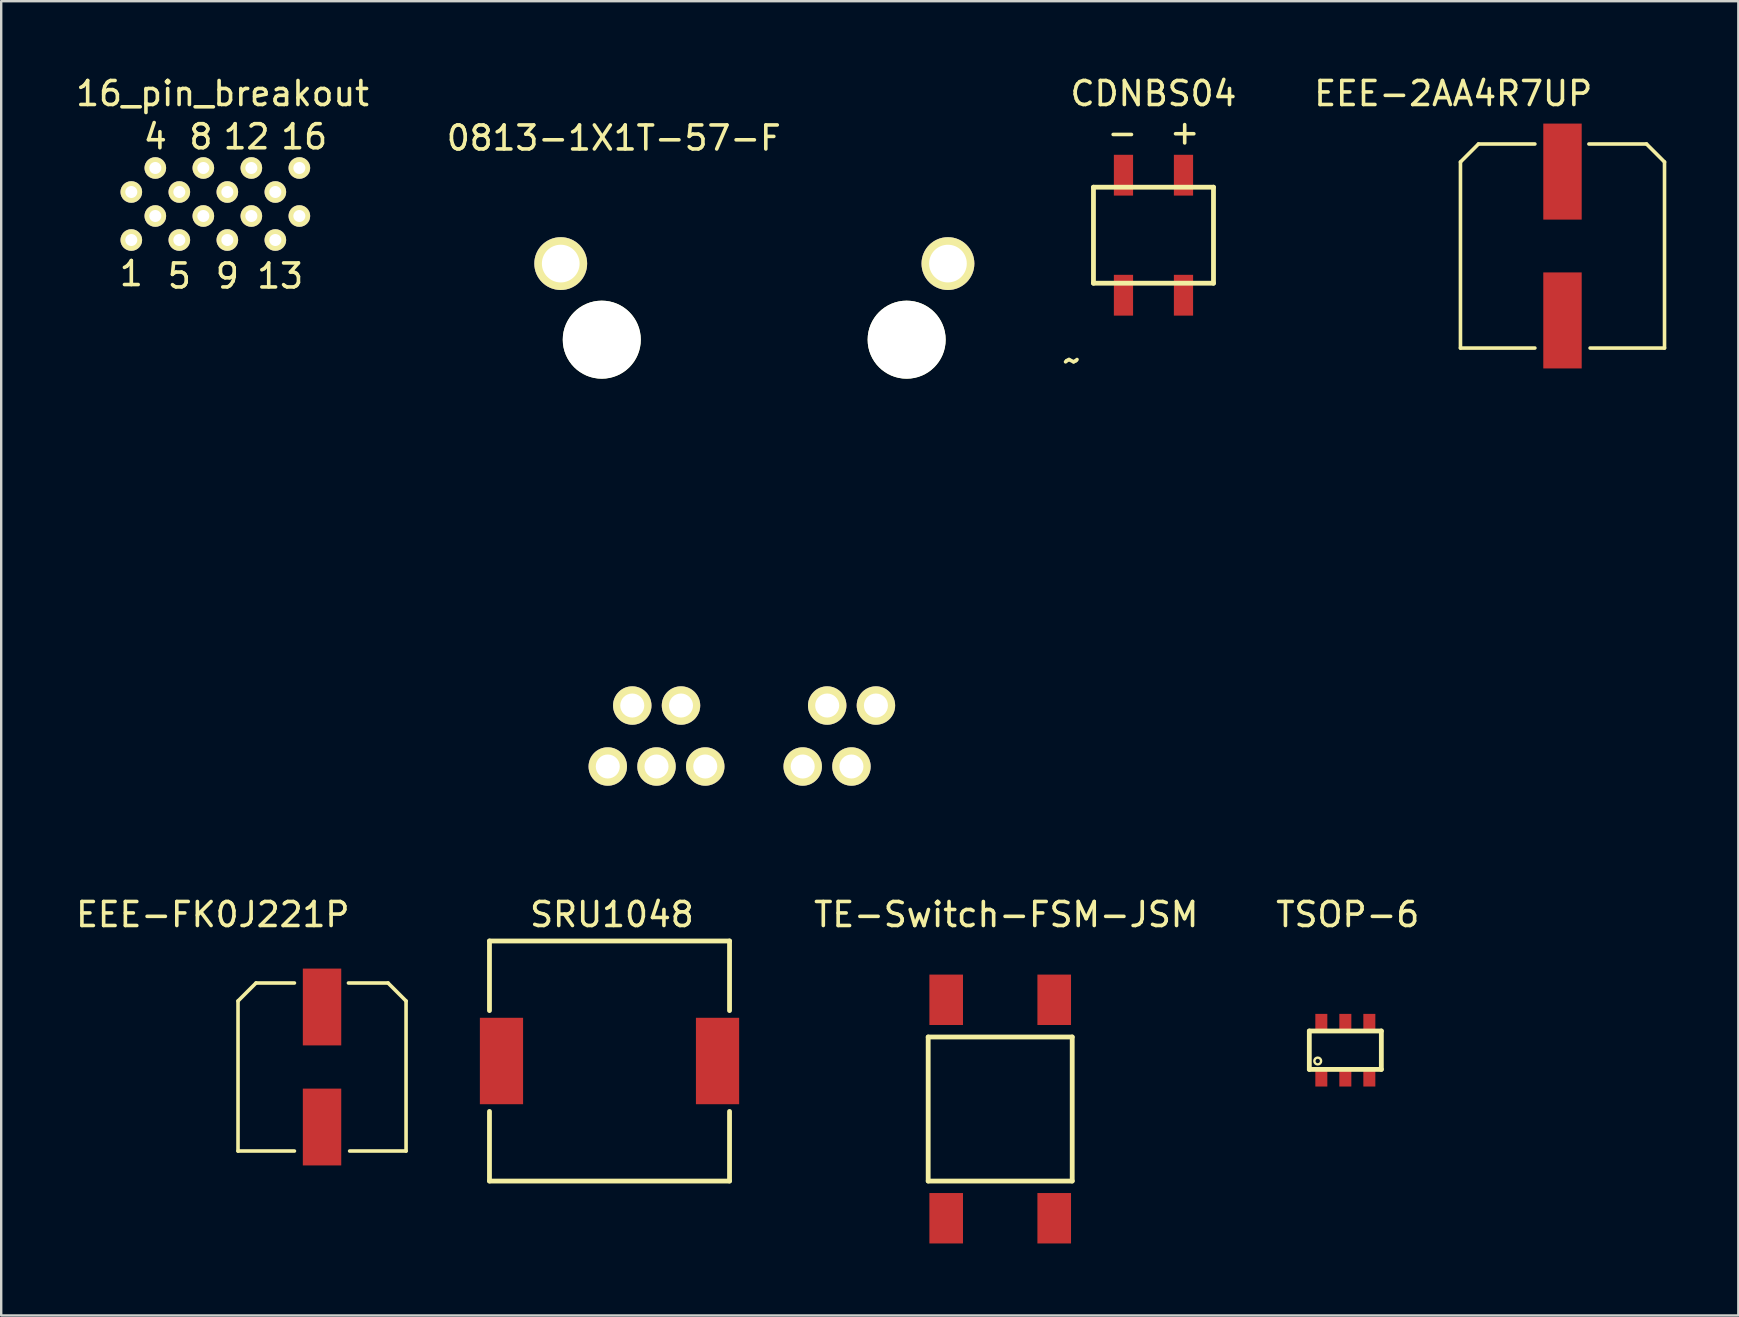
<source format=kicad_pcb>
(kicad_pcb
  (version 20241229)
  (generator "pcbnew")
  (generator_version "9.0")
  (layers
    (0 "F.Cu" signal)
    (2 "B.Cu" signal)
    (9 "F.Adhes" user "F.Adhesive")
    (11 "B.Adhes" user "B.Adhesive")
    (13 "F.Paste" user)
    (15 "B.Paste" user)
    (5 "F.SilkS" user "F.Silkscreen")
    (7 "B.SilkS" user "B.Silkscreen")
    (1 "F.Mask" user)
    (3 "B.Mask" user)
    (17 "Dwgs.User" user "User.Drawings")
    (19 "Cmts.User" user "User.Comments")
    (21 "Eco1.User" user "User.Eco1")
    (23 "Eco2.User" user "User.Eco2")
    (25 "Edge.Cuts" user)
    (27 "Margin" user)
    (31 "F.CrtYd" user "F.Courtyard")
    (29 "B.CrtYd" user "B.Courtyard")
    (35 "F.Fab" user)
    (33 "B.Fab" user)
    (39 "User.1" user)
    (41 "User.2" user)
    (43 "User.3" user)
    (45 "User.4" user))
  (footprint "TSOP-6"
    (layer "F.Cu")
    (at 52.992 40.698)
    (property "Reference" "TSOP-6" (at 0.1 -5.65 0) (layer "F.SilkS") (effects (font (size 1 1) (thickness 0.15))))
    (attr through_hole)
    (fp_line (start -1.5 -0.8) (end 1.5 -0.8) (stroke (width 0.2) (type solid)) (layer "F.SilkS"))
    (fp_line (start -1.5 0.8) (end -1.5 -0.8) (stroke (width 0.2) (type solid)) (layer "F.SilkS"))
    (fp_line (start 1.5 -0.8) (end 1.5 0.8) (stroke (width 0.2) (type solid)) (layer "F.SilkS"))
    (fp_line (start 1.5 0.8) (end -1.5 0.8) (stroke (width 0.2) (type solid)) (layer "F.SilkS"))
    (fp_circle (center -1.15 0.45) (end -1.05 0.55) (stroke (width 0.1) (type solid)) (fill no) (layer "F.SilkS"))
    (pad "1" smd rect (at -1 1.163) (size 0.5 0.7) (layers "F.Cu" "F.Mask" "F.Paste"))
    (pad "2" smd rect (at 0 1.163) (size 0.5 0.7) (layers "F.Cu" "F.Mask" "F.Paste"))
    (pad "3" smd rect (at 1 1.163) (size 0.5 0.7) (layers "F.Cu" "F.Mask" "F.Paste"))
    (pad "4" smd rect (at 1 -1.163) (size 0.5 0.7) (layers "F.Cu" "F.Mask" "F.Paste"))
    (pad "5" smd rect (at 0 -1.163) (size 0.5 0.7) (layers "F.Cu" "F.Mask" "F.Paste"))
    (pad "6" smd rect (at -1 -1.163) (size 0.5 0.7) (layers "F.Cu" "F.Mask" "F.Paste")))
  (footprint "EEE-FK0J221P"
    (layer "F.Cu")
    (at 10.365 41.398)
    (property "Reference" "EEE-FK0J221P" (at -4.55 -6.35 0) (layer "F.SilkS") (effects (font (size 1 1) (thickness 0.15))))
    (attr through_hole)
    (fp_line (start -3.5 -2.75) (end -3.5 3.5) (stroke (width 0.15) (type solid)) (layer "F.SilkS"))
    (fp_line (start -3.5 3.5) (end -1.15 3.5) (stroke (width 0.15) (type solid)) (layer "F.SilkS"))
    (fp_line (start -2.75 -3.5) (end -3.5 -2.75) (stroke (width 0.15) (type solid)) (layer "F.SilkS"))
    (fp_line (start -2.75 -3.5) (end -1.15 -3.5) (stroke (width 0.15) (type solid)) (layer "F.SilkS"))
    (fp_line (start 1.1 -3.5) (end 2.75 -3.5) (stroke (width 0.15) (type solid)) (layer "F.SilkS"))
    (fp_line (start 2.75 -3.5) (end 3.5 -2.75) (stroke (width 0.15) (type solid)) (layer "F.SilkS"))
    (fp_line (start 3.5 -2.75) (end 3.5 3.5) (stroke (width 0.15) (type solid)) (layer "F.SilkS"))
    (fp_line (start 3.5 3.5) (end 1.15 3.5) (stroke (width 0.15) (type solid)) (layer "F.SilkS"))
    (pad "1" smd rect (at 0 -2.5) (size 1.6 3.2) (layers "F.Cu" "F.Mask" "F.Paste"))
    (pad "2" smd rect (at 0 2.5) (size 1.6 3.2) (layers "F.Cu" "F.Mask" "F.Paste")))
  (footprint "16_pin_breakout"
    (layer "F.Cu")
    (at 7.42 5.948)
    (property "Reference" "16_pin_breakout" (at -1.2 -5.1 0) (layer "F.SilkS") (effects (font (size 1 1) (thickness 0.15))))
    (attr through_hole)
    (fp_text user "8" (at -2.1 -3.3 0) (layer "F.SilkS") (effects (font (size 1 1) (thickness 0.15))))
    (fp_text user "9" (at -1 2.5 0) (layer "F.SilkS") (effects (font (size 1 1) (thickness 0.15))))
    (fp_text user "13" (at 1.2 2.5 0) (layer "F.SilkS") (effects (font (size 1 1) (thickness 0.15))))
    (fp_text user "5" (at -3 2.5 0) (layer "F.SilkS") (effects (font (size 1 1) (thickness 0.15))))
    (fp_text user "1" (at -5 2.4 0) (layer "F.SilkS") (effects (font (size 1 1) (thickness 0.15))))
    (fp_text user "16" (at 2.2 -3.3 0) (layer "F.SilkS") (effects (font (size 1 1) (thickness 0.15))))
    (fp_text user "4" (at -4 -3.3 0) (layer "F.SilkS") (effects (font (size 1 1) (thickness 0.15))))
    (fp_text user "12" (at -0.2 -3.3 0) (layer "F.SilkS") (effects (font (size 1 1) (thickness 0.15))))
    (pad "1" thru_hole circle (at -5 1) (size 0.9 0.9) (drill 0.5) (layers "*.Cu" "*.Mask" "F.SilkS"))
    (pad "2" thru_hole circle (at -4 0) (size 0.9 0.9) (drill 0.5) (layers "*.Cu" "*.Mask" "F.SilkS"))
    (pad "3" thru_hole circle (at -5 -1) (size 0.9 0.9) (drill 0.5) (layers "*.Cu" "*.Mask" "F.SilkS"))
    (pad "4" thru_hole circle (at -4 -2) (size 0.9 0.9) (drill 0.5) (layers "*.Cu" "*.Mask" "F.SilkS"))
    (pad "5" thru_hole circle (at -3 1) (size 0.9 0.9) (drill 0.5) (layers "*.Cu" "*.Mask" "F.SilkS"))
    (pad "6" thru_hole circle (at -2 0) (size 0.9 0.9) (drill 0.5) (layers "*.Cu" "*.Mask" "F.SilkS"))
    (pad "7" thru_hole circle (at -3 -1) (size 0.9 0.9) (drill 0.5) (layers "*.Cu" "*.Mask" "F.SilkS"))
    (pad "8" thru_hole circle (at -2 -2) (size 0.9 0.9) (drill 0.5) (layers "*.Cu" "*.Mask" "F.SilkS"))
    (pad "9" thru_hole circle (at -1 1) (size 0.9 0.9) (drill 0.5) (layers "*.Cu" "*.Mask" "F.SilkS"))
    (pad "10" thru_hole circle (at 0 0) (size 0.9 0.9) (drill 0.5) (layers "*.Cu" "*.Mask" "F.SilkS"))
    (pad "11" thru_hole circle (at -1 -1) (size 0.9 0.9) (drill 0.5) (layers "*.Cu" "*.Mask" "F.SilkS"))
    (pad "12" thru_hole circle (at 0 -2) (size 0.9 0.9) (drill 0.5) (layers "*.Cu" "*.Mask" "F.SilkS"))
    (pad "13" thru_hole circle (at 1 1) (size 0.9 0.9) (drill 0.5) (layers "*.Cu" "*.Mask" "F.SilkS"))
    (pad "14" thru_hole circle (at 2 0) (size 0.9 0.9) (drill 0.5) (layers "*.Cu" "*.Mask" "F.SilkS"))
    (pad "15" thru_hole circle (at 1 -1) (size 0.9 0.9) (drill 0.5) (layers "*.Cu" "*.Mask" "F.SilkS"))
    (pad "16" thru_hole circle (at 2 -2) (size 0.9 0.9) (drill 0.5) (layers "*.Cu" "*.Mask" "F.SilkS")))
  (footprint "CDNBS04"
    (layer "F.Cu")
    (at 45 6.748)
    (property "Reference" "CDNBS04" (at 0 -5.9 0) (layer "F.SilkS") (effects (font (size 1 1) (thickness 0.15))))
    (attr through_hole)
    (fp_line (start -2.5 -2) (end 2.5 -2) (stroke (width 0.2) (type solid)) (layer "F.SilkS"))
    (fp_line (start -2.5 2) (end -2.5 -2) (stroke (width 0.2) (type solid)) (layer "F.SilkS"))
    (fp_line (start 2.5 -2) (end 2.5 2) (stroke (width 0.2) (type solid)) (layer "F.SilkS"))
    (fp_line (start 2.5 2) (end -2.5 2) (stroke (width 0.2) (type solid)) (layer "F.SilkS"))
    (fp_text user "+" (at 1.3 -4.3 0) (layer "F.SilkS") (effects (font (size 1 1) (thickness 0.15))))
    (fp_text user "~" (at -3.4 5.2 0) (layer "F.SilkS") (effects (font (size 1 1) (thickness 0.15))))
    (fp_text user "-" (at -1.298 -4.27 0) (layer "F.SilkS") (effects (font (size 1 1) (thickness 0.15))))
    (pad "1" smd rect (at 1.25 -2.5) (size 0.8 1.7) (layers "F.Cu" "F.Mask" "F.Paste"))
    (pad "2" smd rect (at 1.25 2.5) (size 0.8 1.7) (layers "F.Cu" "F.Mask" "F.Paste"))
    (pad "3" smd rect (at -1.25 2.5) (size 0.8 1.7) (layers "F.Cu" "F.Mask" "F.Paste"))
    (pad "4" smd rect (at -1.25 -2.5) (size 0.8 1.7) (layers "F.Cu" "F.Mask" "F.Paste")))
  (footprint "0813-1X1T-57-F"
    (layer "F.Cu")
    (at 22.018 11.1)
    (property "Reference" "0813-1X1T-57-F" (at 0.5 -8.4 0) (layer "F.SilkS") (effects (font (size 1 1) (thickness 0.15))))
    (attr through_hole)
    (fp_line (start -3 -11) (end -3 -4.5) (stroke (width 0.2) (type solid)) (layer "Margin"))
    (fp_line (start -3 -4.5) (end 0 -4.5) (stroke (width 0.2) (type solid)) (layer "Margin"))
    (fp_line (start -3 13.5) (end -1 13.5) (stroke (width 0.2) (type solid)) (layer "Margin"))
    (fp_line (start -3 20) (end -3 13.5) (stroke (width 0.2) (type solid)) (layer "Margin"))
    (fp_line (start -1 13.5) (end -1 20) (stroke (width 0.2) (type solid)) (layer "Margin"))
    (fp_line (start -1 20) (end -3 20) (stroke (width 0.2) (type solid)) (layer "Margin"))
    (fp_line (start 0 -8) (end 12.5 -8) (stroke (width 0.2) (type solid)) (layer "Margin"))
    (fp_line (start 0 -4.5) (end 0 -8) (stroke (width 0.2) (type solid)) (layer "Margin"))
    (fp_line (start 12.5 -8) (end 12.5 -4.5) (stroke (width 0.2) (type solid)) (layer "Margin"))
    (fp_line (start 12.5 -4.5) (end 16 -4.5) (stroke (width 0.2) (type solid)) (layer "Margin"))
    (fp_line (start 13 13.5) (end 13 20) (stroke (width 0.2) (type solid)) (layer "Margin"))
    (fp_line (start 13 13.5) (end 16 13.5) (stroke (width 0.2) (type solid)) (layer "Margin"))
    (fp_line (start 16 -11) (end -3 -11) (stroke (width 0.2) (type solid)) (layer "Margin"))
    (fp_line (start 16 -4.5) (end 16 -11) (stroke (width 0.2) (type solid)) (layer "Margin"))
    (fp_line (start 16 13.5) (end 16 20) (stroke (width 0.2) (type solid)) (layer "Margin"))
    (fp_line (start 16 20) (end 13 20) (stroke (width 0.2) (type solid)) (layer "Margin"))
    (pad "" np_thru_hole circle (at 0 0) (size 3.25 3.25) (drill 3.25) (layers "*.Cu" "*.Mask" "F.SilkS"))
    (pad "" np_thru_hole circle (at 12.7 0) (size 3.25 3.25) (drill 3.25) (layers "*.Cu" "*.Mask" "F.SilkS"))
    (pad "1" thru_hole circle (at 1.27 15.24) (size 1.6 1.6) (drill 1) (layers "*.Cu" "*.Mask" "F.SilkS"))
    (pad "2" thru_hole circle (at 3.3 15.24) (size 1.6 1.6) (drill 1) (layers "*.Cu" "*.Mask" "F.SilkS"))
    (pad "5" thru_hole circle (at 9.39 15.24) (size 1.6 1.6) (drill 1) (layers "*.Cu" "*.Mask" "F.SilkS"))
    (pad "6" thru_hole circle (at 11.42 15.24) (size 1.6 1.6) (drill 1) (layers "*.Cu" "*.Mask" "F.SilkS"))
    (pad "7" thru_hole circle (at 0.25 17.78) (size 1.6 1.6) (drill 1) (layers "*.Cu" "*.Mask" "F.SilkS"))
    (pad "8" thru_hole circle (at 2.28 17.78) (size 1.6 1.6) (drill 1) (layers "*.Cu" "*.Mask" "F.SilkS"))
    (pad "9" thru_hole circle (at 4.31 17.78) (size 1.6 1.6) (drill 1) (layers "*.Cu" "*.Mask" "F.SilkS"))
    (pad "10" thru_hole circle (at 8.37 17.78) (size 1.6 1.6) (drill 1) (layers "*.Cu" "*.Mask" "F.SilkS"))
    (pad "11" thru_hole circle (at 10.4 17.78) (size 1.6 1.6) (drill 1) (layers "*.Cu" "*.Mask" "F.SilkS"))
    (pad "12" thru_hole circle (at -1.71 -3.17) (size 2.2 2.2) (drill 1.57) (layers "*.Cu" "*.Mask" "F.SilkS"))
    (pad "12" thru_hole circle (at 14.42 -3.17) (size 2.2 2.2) (drill 1.57) (layers "*.Cu" "*.Mask" "F.SilkS")))
  (footprint "TE-Switch-FSM-JSM"
    (layer "F.Cu")
    (at 38.615 43.148)
    (property "Reference" "TE-Switch-FSM-JSM" (at 0.25 -8.1 0) (layer "F.SilkS") (effects (font (size 1 1) (thickness 0.15))))
    (attr through_hole)
    (fp_line (start -3 -3) (end -3 3) (stroke (width 0.2) (type solid)) (layer "F.SilkS"))
    (fp_line (start -3 3) (end 3 3) (stroke (width 0.2) (type solid)) (layer "F.SilkS"))
    (fp_line (start 3 -3) (end -3 -3) (stroke (width 0.2) (type solid)) (layer "F.SilkS"))
    (fp_line (start 3 3) (end 3 -3) (stroke (width 0.2) (type solid)) (layer "F.SilkS"))
    (pad "1" smd rect (at 2.25 -4.55) (size 1.4 2.1) (layers "F.Cu" "F.Mask" "F.Paste"))
    (pad "2" smd rect (at 2.25 4.55) (size 1.4 2.1) (layers "F.Cu" "F.Mask" "F.Paste"))
    (pad "3" smd rect (at -2.25 -4.55) (size 1.4 2.1) (layers "F.Cu" "F.Mask" "F.Paste"))
    (pad "4" smd rect (at -2.25 4.55) (size 1.4 2.1) (layers "F.Cu" "F.Mask" "F.Paste")))
  (footprint "EEE-2AA4R7UP"
    (layer "F.Cu")
    (at 62.038 7.198)
    (property "Reference" "EEE-2AA4R7UP" (at -4.55 -6.35 0) (layer "F.SilkS") (effects (font (size 1 1) (thickness 0.15))))
    (attr through_hole)
    (fp_line (start -4.25 -3.5) (end -4.25 4.25) (stroke (width 0.15) (type solid)) (layer "F.SilkS"))
    (fp_line (start -4.25 4.25) (end -1.15 4.25) (stroke (width 0.15) (type solid)) (layer "F.SilkS"))
    (fp_line (start -3.5 -4.25) (end -4.25 -3.5) (stroke (width 0.15) (type solid)) (layer "F.SilkS"))
    (fp_line (start -3.5 -4.25) (end -1.15 -4.25) (stroke (width 0.15) (type solid)) (layer "F.SilkS"))
    (fp_line (start 1.1 -4.25) (end 3.5 -4.25) (stroke (width 0.15) (type solid)) (layer "F.SilkS"))
    (fp_line (start 3.5 -4.25) (end 4.25 -3.5) (stroke (width 0.15) (type solid)) (layer "F.SilkS"))
    (fp_line (start 4.25 -3.5) (end 4.25 4.25) (stroke (width 0.15) (type solid)) (layer "F.SilkS"))
    (fp_line (start 4.25 4.25) (end 1.15 4.25) (stroke (width 0.15) (type solid)) (layer "F.SilkS"))
    (pad "1" smd rect (at 0 -3.1) (size 1.6 4) (layers "F.Cu" "F.Mask" "F.Paste"))
    (pad "2" smd rect (at 0 3.1) (size 1.6 4) (layers "F.Cu" "F.Mask" "F.Paste")))
  (footprint "SRU1048"
    (layer "F.Cu")
    (at 22.34 41.148)
    (property "Reference" "SRU1048" (at 0.1 -6.1 0) (layer "F.SilkS") (effects (font (size 1 1) (thickness 0.15))))
    (attr through_hole)
    (fp_line (start -5 -5) (end -5 -2.1) (stroke (width 0.2) (type solid)) (layer "F.SilkS"))
    (fp_line (start -5 -5) (end 5 -5) (stroke (width 0.2) (type solid)) (layer "F.SilkS"))
    (fp_line (start -5 2.1) (end -5 5) (stroke (width 0.2) (type solid)) (layer "F.SilkS"))
    (fp_line (start -5 5) (end 5 5) (stroke (width 0.2) (type solid)) (layer "F.SilkS"))
    (fp_line (start 5 -5) (end 5 -2.1) (stroke (width 0.2) (type solid)) (layer "F.SilkS"))
    (fp_line (start 5 5) (end 5 2.1) (stroke (width 0.2) (type solid)) (layer "F.SilkS"))
    (pad "1" smd rect (at -4.5 0) (size 1.8 3.6) (layers "F.Cu" "F.Mask" "F.Paste"))
    (pad "2" smd rect (at 4.5 0) (size 1.8 3.6) (layers "F.Cu" "F.Mask" "F.Paste")))
  (gr_rect
    (start -3 -3)
    (end 69.363 51.748)
    (stroke (width 0.1) (type default))
    (fill no)
    (layer "Edge.Cuts")))
</source>
